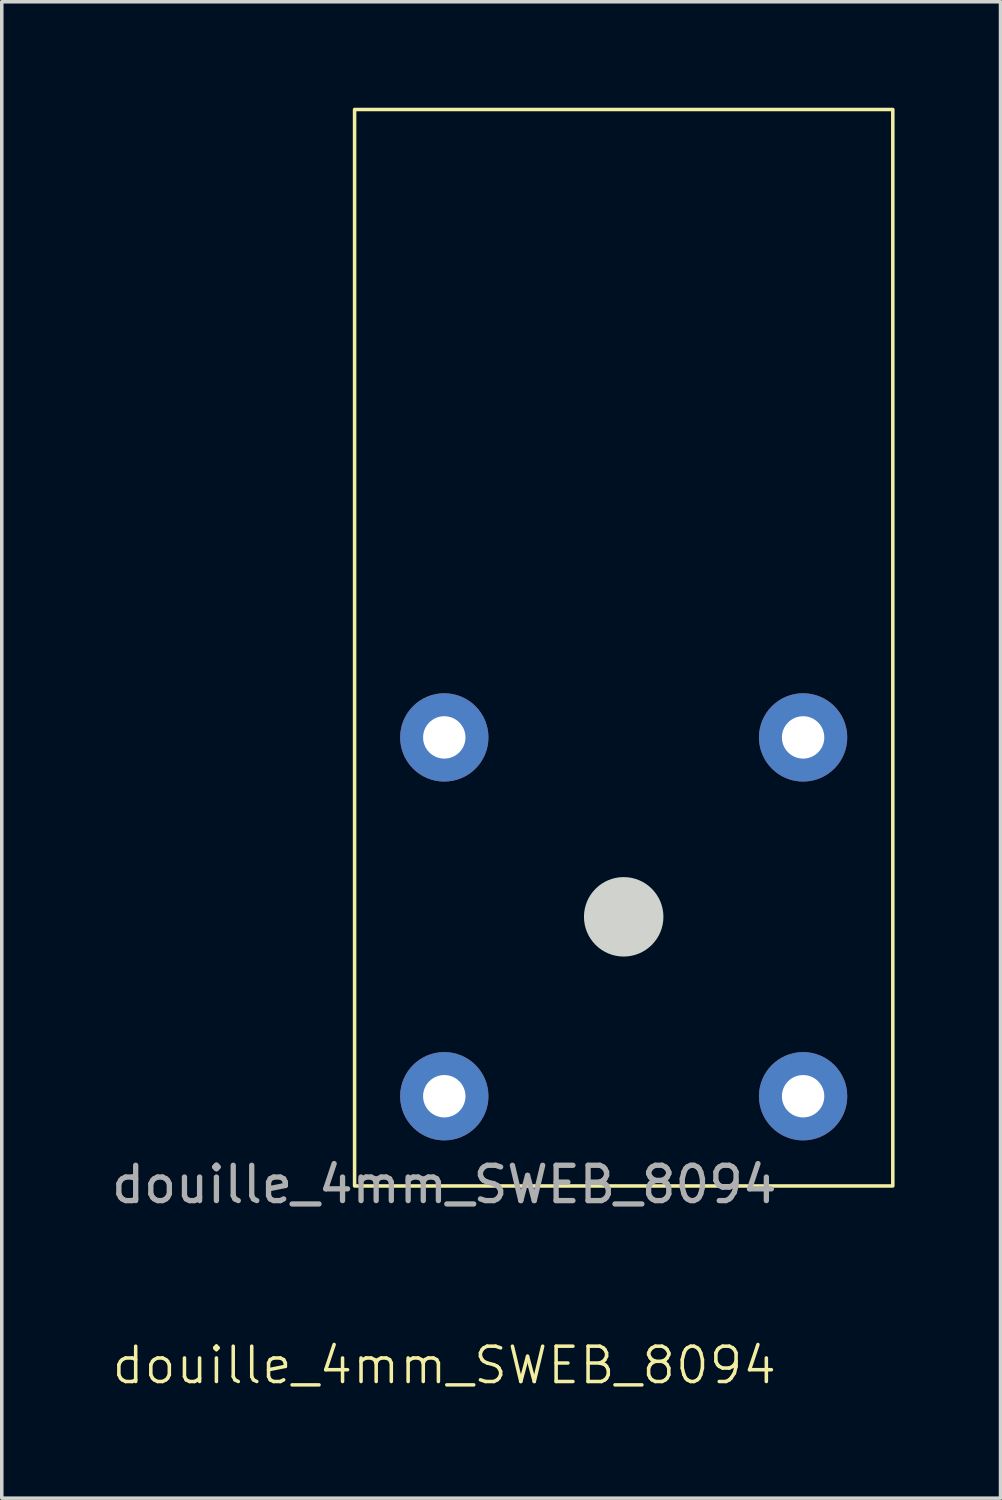
<source format=kicad_pcb>
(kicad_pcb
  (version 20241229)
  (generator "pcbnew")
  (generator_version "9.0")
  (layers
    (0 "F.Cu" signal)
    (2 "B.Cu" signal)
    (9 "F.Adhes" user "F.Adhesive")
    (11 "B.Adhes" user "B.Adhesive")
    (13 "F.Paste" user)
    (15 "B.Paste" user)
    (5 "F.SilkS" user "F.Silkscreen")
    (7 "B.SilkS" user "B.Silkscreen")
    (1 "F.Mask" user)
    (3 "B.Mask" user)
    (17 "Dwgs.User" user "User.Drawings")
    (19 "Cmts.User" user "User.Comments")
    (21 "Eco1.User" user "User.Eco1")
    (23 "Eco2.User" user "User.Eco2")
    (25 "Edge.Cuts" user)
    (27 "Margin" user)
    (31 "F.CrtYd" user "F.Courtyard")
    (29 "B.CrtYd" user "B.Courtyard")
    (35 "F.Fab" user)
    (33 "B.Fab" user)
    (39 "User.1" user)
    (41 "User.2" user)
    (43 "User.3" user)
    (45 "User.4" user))
  (footprint "douille_4mm_SWEB_8094"
    (layer "F.Cu")
    (at 9.53 27.99)
    (property "Reference" "douille_4mm_SWEB_8094" (at 0 7.62 0) (unlocked yes) (layer "F.SilkS") (effects (font (size 1 1) (thickness 0.1))))
    (attr through_hole)
    (fp_rect (start 12.7 2.54) (end -2.54 -27.94) (stroke (width 0.1) (type default)) (fill no) (layer "F.SilkS"))
    (fp_circle (center 5.08 -5.08) (end 6.18 -5.08) (stroke (width 0.05) (type solid)) (fill yes) (layer "Edge.Cuts"))
    (fp_text user "${REFERENCE}" (at 0 2.5 0) (unlocked yes) (layer "F.Fab") (effects (font (size 1 1) (thickness 0.15))))
    (pad "1" thru_hole circle (at 0 -10.16) (size 2.5 2.5) (drill 1.2) (layers "*.Cu" "*.Mask"))
    (pad "2" thru_hole circle (at 10.16 -10.16) (size 2.5 2.5) (drill 1.2) (layers "*.Cu" "*.Mask"))
    (pad "3" thru_hole circle (at 10.16 0) (size 2.5 2.5) (drill 1.2) (layers "*.Cu" "*.Mask"))
    (pad "4" thru_hole circle (at 0 0) (size 2.5 2.5) (drill 1.2) (layers "*.Cu" "*.Mask")))
  (gr_rect
    (start -3 -3)
    (end 25.28 39.37)
    (stroke (width 0.1) (type default))
    (fill no)
    (layer "Edge.Cuts")))
</source>
